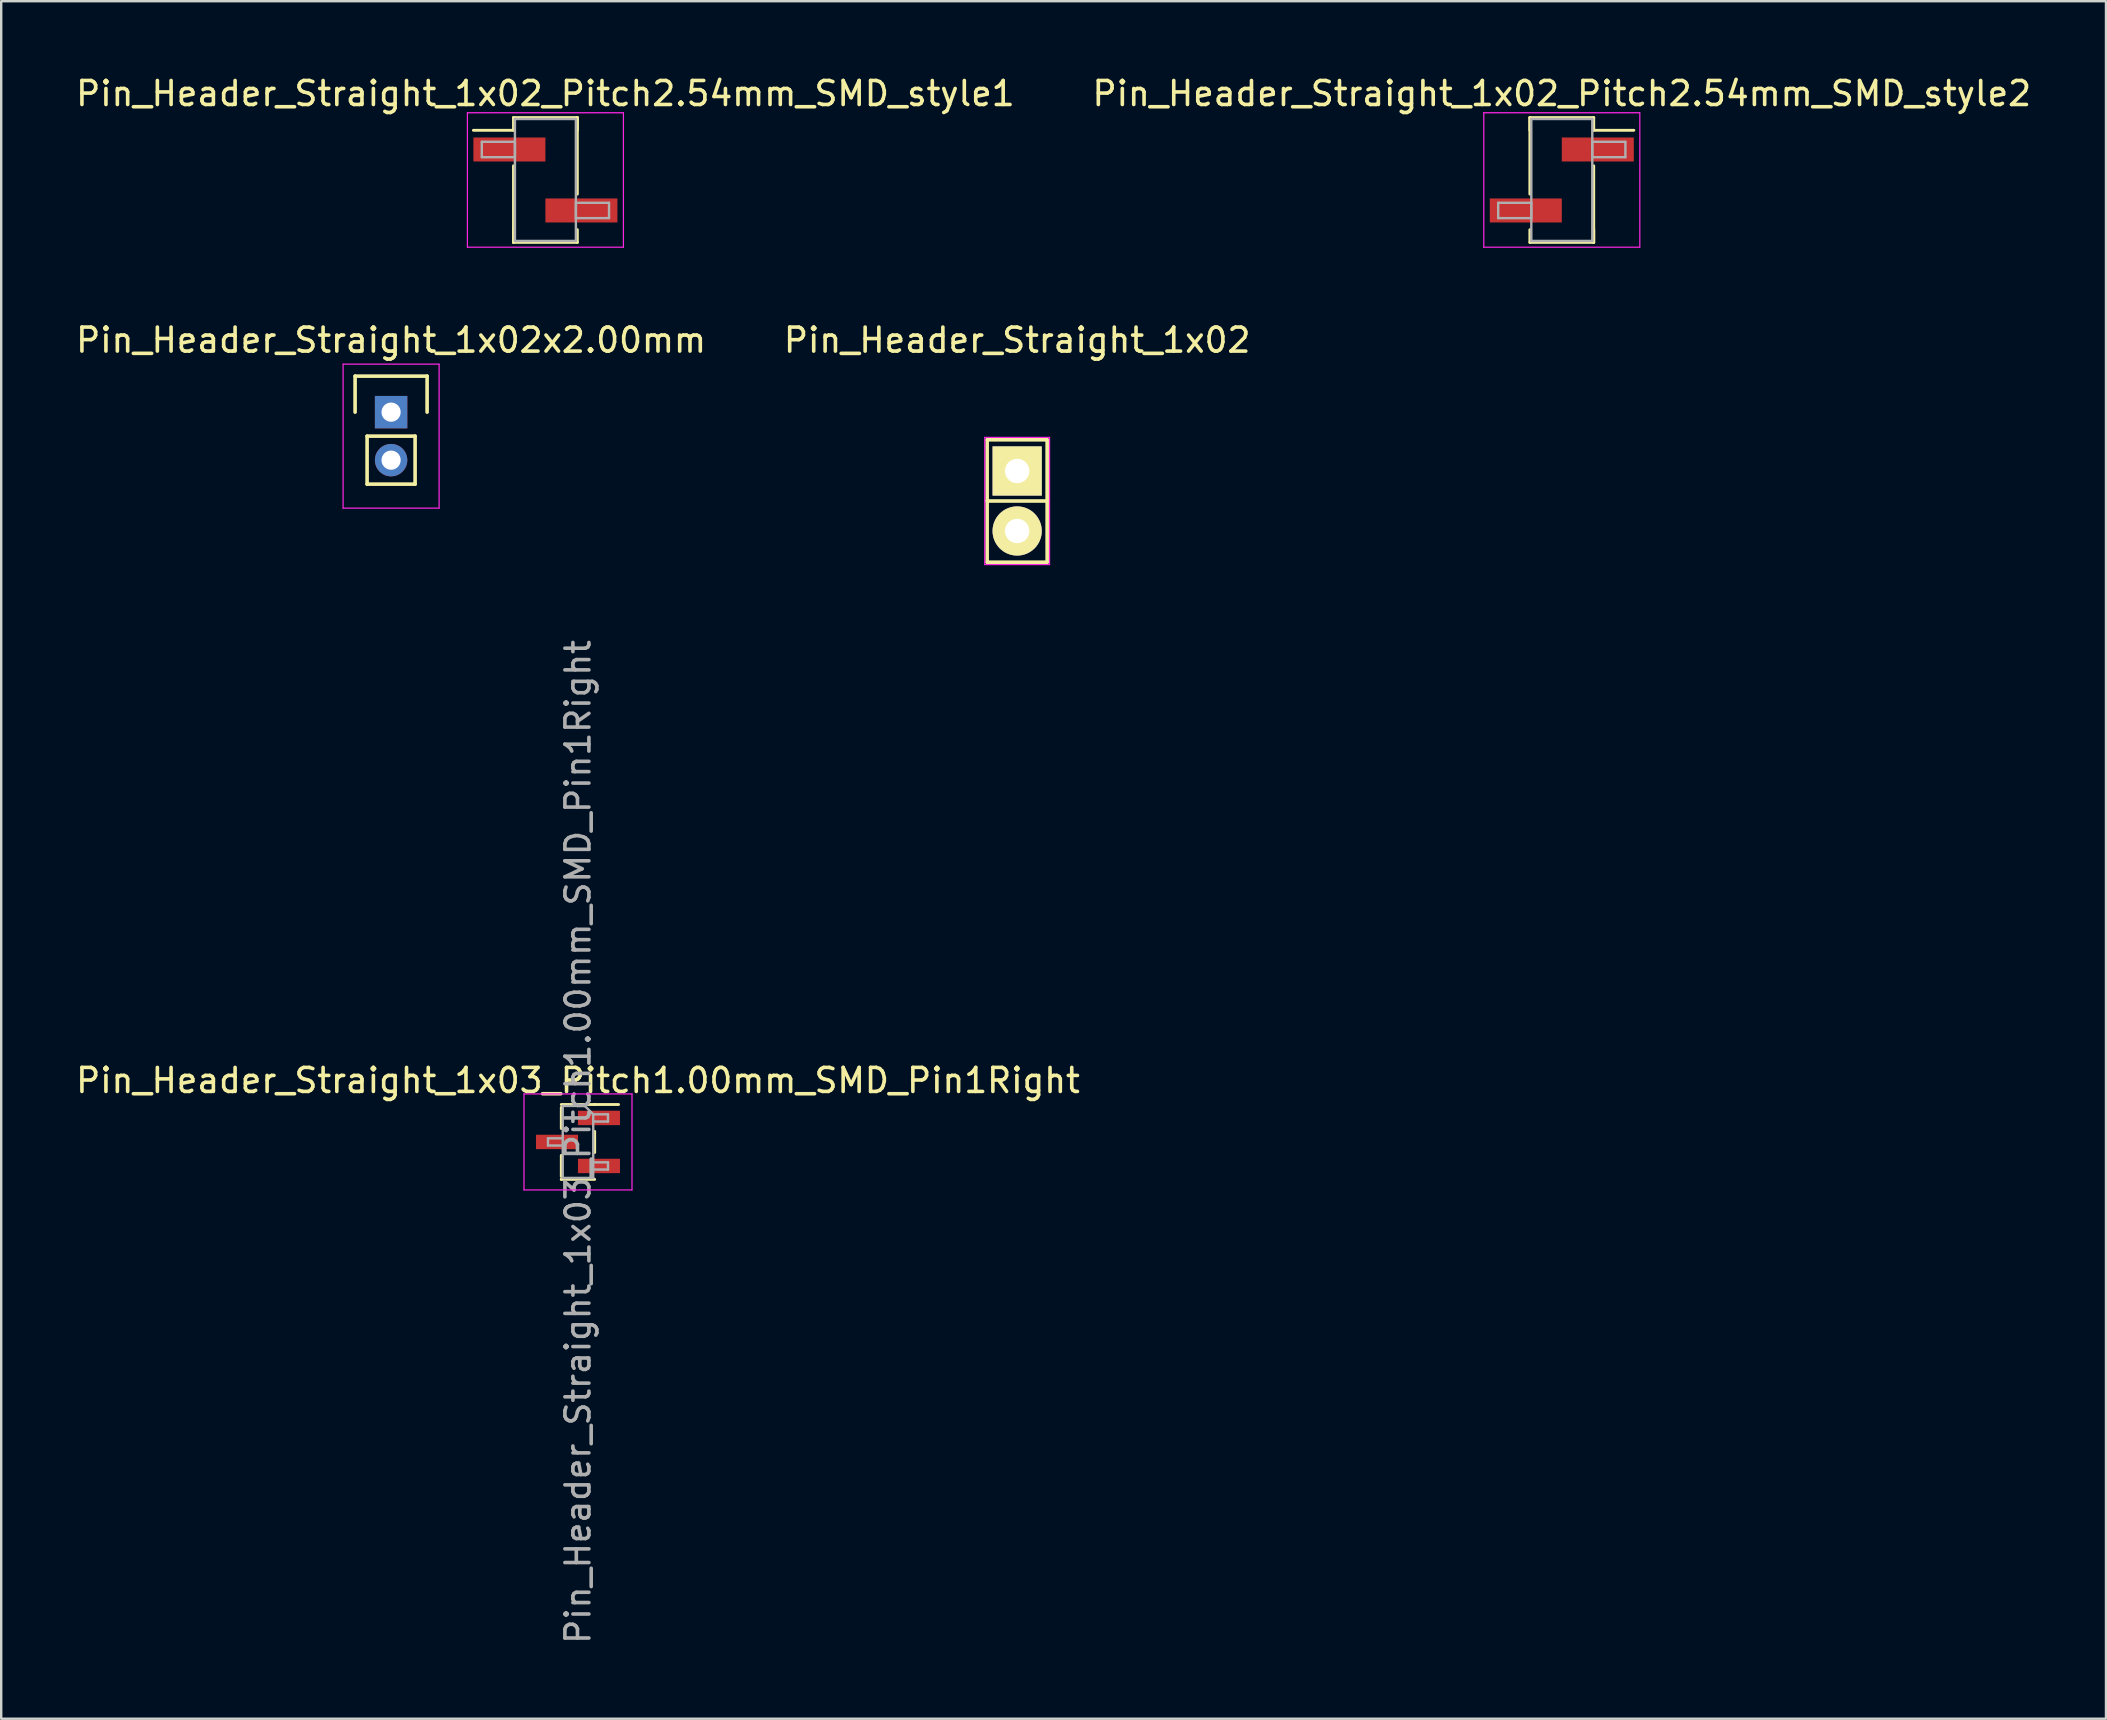
<source format=kicad_pcb>
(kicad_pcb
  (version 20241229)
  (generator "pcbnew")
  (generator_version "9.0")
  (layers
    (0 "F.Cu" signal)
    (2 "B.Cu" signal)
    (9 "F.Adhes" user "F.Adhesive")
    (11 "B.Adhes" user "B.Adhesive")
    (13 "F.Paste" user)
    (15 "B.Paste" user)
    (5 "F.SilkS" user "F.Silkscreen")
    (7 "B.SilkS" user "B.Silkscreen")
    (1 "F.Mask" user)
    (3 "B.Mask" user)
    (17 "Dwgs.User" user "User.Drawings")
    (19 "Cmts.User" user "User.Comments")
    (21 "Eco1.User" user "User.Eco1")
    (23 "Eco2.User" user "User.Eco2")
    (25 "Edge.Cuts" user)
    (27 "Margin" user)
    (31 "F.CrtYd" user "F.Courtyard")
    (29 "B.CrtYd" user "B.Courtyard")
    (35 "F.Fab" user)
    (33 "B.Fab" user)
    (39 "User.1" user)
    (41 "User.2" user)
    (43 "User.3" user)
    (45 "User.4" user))
  (footprint "Pin_Header_Straight_1x02x2.00mm"
    (layer "F.Cu")
    (at 13.244 14.121)
    (property "Reference" "Pin_Header_Straight_1x02x2.00mm" (at 0 -3 0) (layer "F.SilkS") (effects (font (size 1 1) (thickness 0.15))))
    (attr through_hole)
    (fp_line (start -1.5 -1.5) (end 1.5 -1.5) (stroke (width 0.15) (type solid)) (layer "F.SilkS"))
    (fp_line (start -1.5 0) (end -1.5 -1.5) (stroke (width 0.15) (type solid)) (layer "F.SilkS"))
    (fp_line (start -1 1) (end 1 1) (stroke (width 0.15) (type solid)) (layer "F.SilkS"))
    (fp_line (start -1 3) (end -1 1) (stroke (width 0.15) (type solid)) (layer "F.SilkS"))
    (fp_line (start 1 1) (end 1 3) (stroke (width 0.15) (type solid)) (layer "F.SilkS"))
    (fp_line (start 1 3) (end -1 3) (stroke (width 0.15) (type solid)) (layer "F.SilkS"))
    (fp_line (start 1.5 -1.5) (end 1.5 0) (stroke (width 0.15) (type solid)) (layer "F.SilkS"))
    (fp_line (start -2 -2) (end 2 -2) (stroke (width 0.05) (type solid)) (layer "F.CrtYd"))
    (fp_line (start -2 4) (end -2 -2) (stroke (width 0.05) (type solid)) (layer "F.CrtYd"))
    (fp_line (start 2 -2) (end 2 4) (stroke (width 0.05) (type solid)) (layer "F.CrtYd"))
    (fp_line (start 2 4) (end -2 4) (stroke (width 0.05) (type solid)) (layer "F.CrtYd"))
    (pad "1" thru_hole rect (at 0 0) (size 1.35 1.35) (drill 0.8) (layers "*.Cu" "*.Mask"))
    (pad "2" thru_hole circle (at 0 2) (size 1.35 1.35) (drill 0.8) (layers "*.Cu" "*.Mask")))
  (footprint "Pin_Header_Straight_1x02_Pitch2.54mm_SMD_style1"
    (layer "F.Cu")
    (at 19.673 4.448)
    (property "Reference" "Pin_Header_Straight_1x02_Pitch2.54mm_SMD_style1" (at 0 -3.6 0) (layer "F.SilkS") (effects (font (size 1 1) (thickness 0.15))))
    (attr smd)
    (fp_line (start -1.33 -2.6) (end 1.33 -2.6) (stroke (width 0.12) (type solid)) (layer "F.SilkS"))
    (fp_line (start -1.33 -2.07) (end -3 -2.07) (stroke (width 0.12) (type solid)) (layer "F.SilkS"))
    (fp_line (start -1.33 -2.07) (end -1.33 -2.6) (stroke (width 0.12) (type solid)) (layer "F.SilkS"))
    (fp_line (start -1.33 -0.59) (end -1.33 2.6) (stroke (width 0.12) (type solid)) (layer "F.SilkS"))
    (fp_line (start -1.33 2.07) (end -1.33 2.6) (stroke (width 0.12) (type solid)) (layer "F.SilkS"))
    (fp_line (start -1.33 2.6) (end 1.33 2.6) (stroke (width 0.12) (type solid)) (layer "F.SilkS"))
    (fp_line (start 1.33 -2.6) (end 1.33 -2.07) (stroke (width 0.12) (type solid)) (layer "F.SilkS"))
    (fp_line (start 1.33 -2.6) (end 1.33 0.59) (stroke (width 0.12) (type solid)) (layer "F.SilkS"))
    (fp_line (start 1.33 2.6) (end 1.33 2.07) (stroke (width 0.12) (type solid)) (layer "F.SilkS"))
    (fp_line (start -3.25 -2.8) (end -3.25 2.8) (stroke (width 0.05) (type solid)) (layer "F.CrtYd"))
    (fp_line (start -3.25 2.8) (end 3.25 2.8) (stroke (width 0.05) (type solid)) (layer "F.CrtYd"))
    (fp_line (start 3.25 -2.8) (end -3.25 -2.8) (stroke (width 0.05) (type solid)) (layer "F.CrtYd"))
    (fp_line (start 3.25 2.8) (end 3.25 -2.8) (stroke (width 0.05) (type solid)) (layer "F.CrtYd"))
    (fp_line (start -2.65 -1.59) (end -1.27 -1.59) (stroke (width 0.1) (type solid)) (layer "F.Fab"))
    (fp_line (start -2.65 -0.95) (end -2.65 -1.59) (stroke (width 0.1) (type solid)) (layer "F.Fab"))
    (fp_line (start -1.27 -2.54) (end -1.27 2.54) (stroke (width 0.1) (type solid)) (layer "F.Fab"))
    (fp_line (start -1.27 -1.59) (end -1.27 -0.95) (stroke (width 0.1) (type solid)) (layer "F.Fab"))
    (fp_line (start -1.27 -0.95) (end -2.65 -0.95) (stroke (width 0.1) (type solid)) (layer "F.Fab"))
    (fp_line (start -1.27 2.54) (end 1.27 2.54) (stroke (width 0.1) (type solid)) (layer "F.Fab"))
    (fp_line (start 1.27 -2.54) (end -1.27 -2.54) (stroke (width 0.1) (type solid)) (layer "F.Fab"))
    (fp_line (start 1.27 0.95) (end 1.27 1.59) (stroke (width 0.1) (type solid)) (layer "F.Fab"))
    (fp_line (start 1.27 1.59) (end 2.65 1.59) (stroke (width 0.1) (type solid)) (layer "F.Fab"))
    (fp_line (start 1.27 2.54) (end 1.27 -2.54) (stroke (width 0.1) (type solid)) (layer "F.Fab"))
    (fp_line (start 2.65 0.95) (end 1.27 0.95) (stroke (width 0.1) (type solid)) (layer "F.Fab"))
    (fp_line (start 2.65 1.59) (end 2.65 0.95) (stroke (width 0.1) (type solid)) (layer "F.Fab"))
    (pad "1" smd rect (at -1.5 -1.27) (size 3 1) (layers "F.Cu" "F.Mask"))
    (pad "2" smd rect (at 1.5 1.27) (size 3 1) (layers "F.Cu" "F.Mask")))
  (footprint "Pin_Header_Straight_1x03_Pitch1.00mm_SMD_Pin1Right"
    (layer "F.Cu")
    (at 21.03 44.526)
    (property "Reference" "Pin_Header_Straight_1x03_Pitch1.00mm_SMD_Pin1Right" (at 0 -2.56 0) (layer "F.SilkS") (effects (font (size 1 1) (thickness 0.15))))
    (attr smd)
    (fp_line (start -0.695 -1.56) (end 0.695 -1.56) (stroke (width 0.12) (type solid)) (layer "F.SilkS"))
    (fp_line (start -0.695 -1.44) (end -0.695 -0.56) (stroke (width 0.12) (type solid)) (layer "F.SilkS"))
    (fp_line (start -0.695 0.56) (end -0.695 1.44) (stroke (width 0.12) (type solid)) (layer "F.SilkS"))
    (fp_line (start -0.695 1.56) (end -0.695 1.56) (stroke (width 0.12) (type solid)) (layer "F.SilkS"))
    (fp_line (start -0.695 1.56) (end 0.695 1.56) (stroke (width 0.12) (type solid)) (layer "F.SilkS"))
    (fp_line (start 0.695 -1.56) (end 0.695 -1.56) (stroke (width 0.12) (type solid)) (layer "F.SilkS"))
    (fp_line (start 0.695 -1.56) (end 1.69 -1.56) (stroke (width 0.12) (type solid)) (layer "F.SilkS"))
    (fp_line (start 0.695 -0.44) (end 0.695 0.44) (stroke (width 0.12) (type solid)) (layer "F.SilkS"))
    (fp_line (start -2.25 -2) (end -2.25 2) (stroke (width 0.05) (type solid)) (layer "F.CrtYd"))
    (fp_line (start -2.25 2) (end 2.25 2) (stroke (width 0.05) (type solid)) (layer "F.CrtYd"))
    (fp_line (start 2.25 -2) (end -2.25 -2) (stroke (width 0.05) (type solid)) (layer "F.CrtYd"))
    (fp_line (start 2.25 2) (end 2.25 -2) (stroke (width 0.05) (type solid)) (layer "F.CrtYd"))
    (fp_line (start -1.25 -0.15) (end -1.25 0.15) (stroke (width 0.1) (type solid)) (layer "F.Fab"))
    (fp_line (start -1.25 0.15) (end -0.635 0.15) (stroke (width 0.1) (type solid)) (layer "F.Fab"))
    (fp_line (start -0.635 -1.5) (end -0.635 1.5) (stroke (width 0.1) (type solid)) (layer "F.Fab"))
    (fp_line (start -0.635 -1.5) (end 0.285 -1.5) (stroke (width 0.1) (type solid)) (layer "F.Fab"))
    (fp_line (start -0.635 -0.15) (end -1.25 -0.15) (stroke (width 0.1) (type solid)) (layer "F.Fab"))
    (fp_line (start 0.635 -1.15) (end 0.285 -1.5) (stroke (width 0.1) (type solid)) (layer "F.Fab"))
    (fp_line (start 0.635 -1.15) (end 1.25 -1.15) (stroke (width 0.1) (type solid)) (layer "F.Fab"))
    (fp_line (start 0.635 0.85) (end 1.25 0.85) (stroke (width 0.1) (type solid)) (layer "F.Fab"))
    (fp_line (start 0.635 1.5) (end -0.635 1.5) (stroke (width 0.1) (type solid)) (layer "F.Fab"))
    (fp_line (start 0.635 1.5) (end 0.635 -1.15) (stroke (width 0.1) (type solid)) (layer "F.Fab"))
    (fp_line (start 1.25 -1.15) (end 1.25 -0.85) (stroke (width 0.1) (type solid)) (layer "F.Fab"))
    (fp_line (start 1.25 -0.85) (end 0.635 -0.85) (stroke (width 0.1) (type solid)) (layer "F.Fab"))
    (fp_line (start 1.25 0.85) (end 1.25 1.15) (stroke (width 0.1) (type solid)) (layer "F.Fab"))
    (fp_line (start 1.25 1.15) (end 0.635 1.15) (stroke (width 0.1) (type solid)) (layer "F.Fab"))
    (fp_text user "${REFERENCE}" (at 0 0 90) (layer "F.Fab") (effects (font (size 1 1) (thickness 0.15))))
    (pad "1" smd rect (at 0.875 -1) (size 1.75 0.6) (layers "F.Cu" "F.Mask" "F.Paste"))
    (pad "2" smd rect (at -0.875 0) (size 1.75 0.6) (layers "F.Cu" "F.Mask" "F.Paste"))
    (pad "3" smd rect (at 0.875 1) (size 1.75 0.6) (layers "F.Cu" "F.Mask" "F.Paste")))
  (footprint "Pin_Header_Straight_1x02_Pitch2.54mm_SMD_style2"
    (layer "F.Cu")
    (at 62.018 4.448)
    (property "Reference" "Pin_Header_Straight_1x02_Pitch2.54mm_SMD_style2" (at 0 -3.6 0) (layer "F.SilkS") (effects (font (size 1 1) (thickness 0.15))))
    (attr smd)
    (fp_line (start -1.33 -2.6) (end -1.33 0.59) (stroke (width 0.12) (type solid)) (layer "F.SilkS"))
    (fp_line (start -1.33 -2.6) (end 1.33 -2.6) (stroke (width 0.12) (type solid)) (layer "F.SilkS"))
    (fp_line (start -1.33 -2.07) (end -1.33 -2.6) (stroke (width 0.12) (type solid)) (layer "F.SilkS"))
    (fp_line (start -1.33 2.07) (end -1.33 2.6) (stroke (width 0.12) (type solid)) (layer "F.SilkS"))
    (fp_line (start -1.33 2.6) (end 1.33 2.6) (stroke (width 0.12) (type solid)) (layer "F.SilkS"))
    (fp_line (start 1.33 -2.6) (end 1.33 -2.07) (stroke (width 0.12) (type solid)) (layer "F.SilkS"))
    (fp_line (start 1.33 -2.07) (end 3 -2.07) (stroke (width 0.12) (type solid)) (layer "F.SilkS"))
    (fp_line (start 1.33 -0.59) (end 1.33 2.6) (stroke (width 0.12) (type solid)) (layer "F.SilkS"))
    (fp_line (start 1.33 2.6) (end 1.33 2.07) (stroke (width 0.12) (type solid)) (layer "F.SilkS"))
    (fp_line (start -3.25 -2.8) (end -3.25 2.8) (stroke (width 0.05) (type solid)) (layer "F.CrtYd"))
    (fp_line (start -3.25 2.8) (end 3.25 2.8) (stroke (width 0.05) (type solid)) (layer "F.CrtYd"))
    (fp_line (start 3.25 -2.8) (end -3.25 -2.8) (stroke (width 0.05) (type solid)) (layer "F.CrtYd"))
    (fp_line (start 3.25 2.8) (end 3.25 -2.8) (stroke (width 0.05) (type solid)) (layer "F.CrtYd"))
    (fp_line (start -2.65 0.95) (end -1.27 0.95) (stroke (width 0.1) (type solid)) (layer "F.Fab"))
    (fp_line (start -2.65 1.59) (end -2.65 0.95) (stroke (width 0.1) (type solid)) (layer "F.Fab"))
    (fp_line (start -1.27 -2.54) (end -1.27 2.54) (stroke (width 0.1) (type solid)) (layer "F.Fab"))
    (fp_line (start -1.27 0.95) (end -1.27 1.59) (stroke (width 0.1) (type solid)) (layer "F.Fab"))
    (fp_line (start -1.27 1.59) (end -2.65 1.59) (stroke (width 0.1) (type solid)) (layer "F.Fab"))
    (fp_line (start -1.27 2.54) (end 1.27 2.54) (stroke (width 0.1) (type solid)) (layer "F.Fab"))
    (fp_line (start 1.27 -2.54) (end -1.27 -2.54) (stroke (width 0.1) (type solid)) (layer "F.Fab"))
    (fp_line (start 1.27 -1.59) (end 1.27 -0.95) (stroke (width 0.1) (type solid)) (layer "F.Fab"))
    (fp_line (start 1.27 -0.95) (end 2.65 -0.95) (stroke (width 0.1) (type solid)) (layer "F.Fab"))
    (fp_line (start 1.27 2.54) (end 1.27 -2.54) (stroke (width 0.1) (type solid)) (layer "F.Fab"))
    (fp_line (start 2.65 -1.59) (end 1.27 -1.59) (stroke (width 0.1) (type solid)) (layer "F.Fab"))
    (fp_line (start 2.65 -0.95) (end 2.65 -1.59) (stroke (width 0.1) (type solid)) (layer "F.Fab"))
    (pad "1" smd rect (at 1.5 -1.27) (size 3 1) (layers "F.Cu" "F.Mask"))
    (pad "2" smd rect (at -1.5 1.27) (size 3 1) (layers "F.Cu" "F.Mask")))
  (footprint "Pin_Header_Straight_1x02"
    (layer "F.Cu")
    (at 39.327 16.572)
    (property "Reference" "Pin_Header_Straight_1x02" (at 0 -5.45 0) (layer "F.SilkS") (effects (font (size 1 1) (thickness 0.15))))
    (attr through_hole)
    (fp_line (start -1.25 -1.3) (end -1.25 1.25) (stroke (width 0.15) (type solid)) (layer "F.SilkS"))
    (fp_line (start -1.25 1.25) (end -1.25 3.8) (stroke (width 0.15) (type solid)) (layer "F.SilkS"))
    (fp_line (start -1.25 3.8) (end 1.25 3.8) (stroke (width 0.15) (type solid)) (layer "F.SilkS"))
    (fp_line (start 1.25 -1.3) (end -1.25 -1.3) (stroke (width 0.15) (type solid)) (layer "F.SilkS"))
    (fp_line (start 1.25 1.25) (end -1.25 1.25) (stroke (width 0.15) (type solid)) (layer "F.SilkS"))
    (fp_line (start 1.25 3.8) (end 1.25 -1.3) (stroke (width 0.15) (type solid)) (layer "F.SilkS"))
    (fp_line (start -1.35 -1.4) (end -1.35 3.9) (stroke (width 0.05) (type solid)) (layer "F.CrtYd"))
    (fp_line (start -1.35 -1.4) (end 1.35 -1.4) (stroke (width 0.05) (type solid)) (layer "F.CrtYd"))
    (fp_line (start -1.35 3.9) (end 1.35 3.9) (stroke (width 0.05) (type solid)) (layer "F.CrtYd"))
    (fp_line (start 1.35 -1.4) (end 1.35 3.9) (stroke (width 0.05) (type solid)) (layer "F.CrtYd"))
    (pad "1" thru_hole rect (at 0 0) (size 2.05 2.05) (drill 1.016) (layers "*.Cu" "*.Mask" "F.SilkS"))
    (pad "2" thru_hole oval (at 0 2.5) (size 2.05 2.05) (drill 1.016) (layers "*.Cu" "*.Mask" "F.SilkS")))
  (gr_rect
    (start -3 -3)
    (end 84.69 68.556)
    (stroke (width 0.1) (type default))
    (fill no)
    (layer "Edge.Cuts")))
</source>
